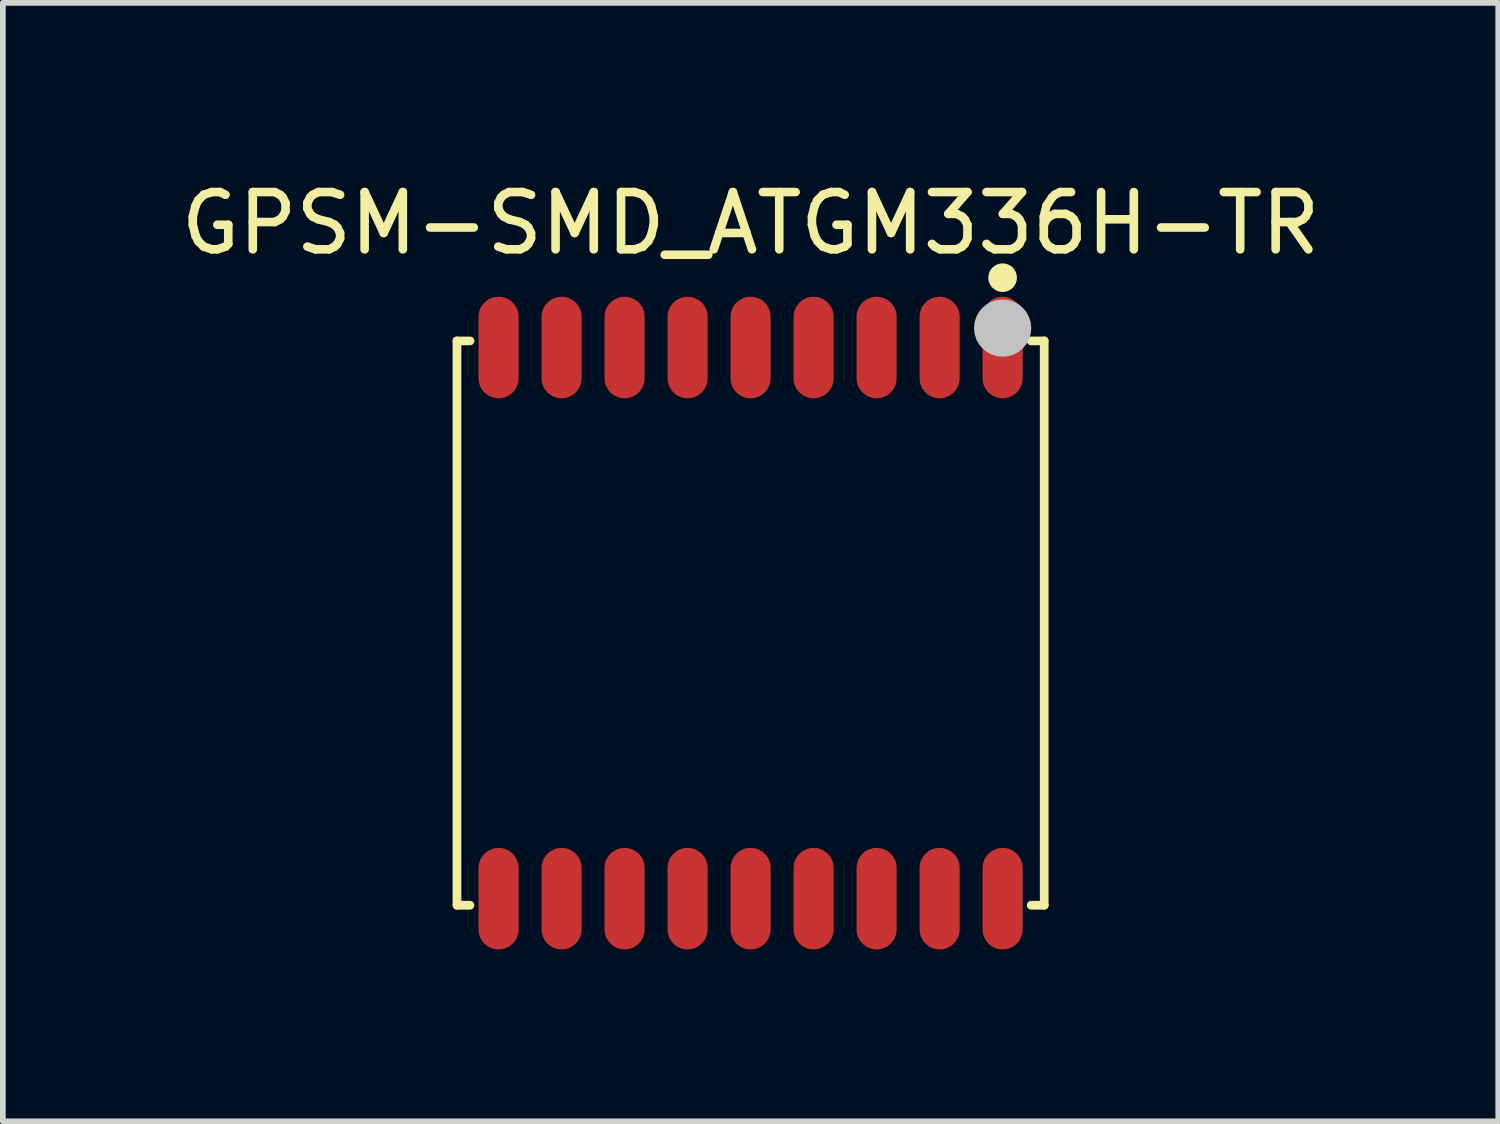
<source format=kicad_pcb>
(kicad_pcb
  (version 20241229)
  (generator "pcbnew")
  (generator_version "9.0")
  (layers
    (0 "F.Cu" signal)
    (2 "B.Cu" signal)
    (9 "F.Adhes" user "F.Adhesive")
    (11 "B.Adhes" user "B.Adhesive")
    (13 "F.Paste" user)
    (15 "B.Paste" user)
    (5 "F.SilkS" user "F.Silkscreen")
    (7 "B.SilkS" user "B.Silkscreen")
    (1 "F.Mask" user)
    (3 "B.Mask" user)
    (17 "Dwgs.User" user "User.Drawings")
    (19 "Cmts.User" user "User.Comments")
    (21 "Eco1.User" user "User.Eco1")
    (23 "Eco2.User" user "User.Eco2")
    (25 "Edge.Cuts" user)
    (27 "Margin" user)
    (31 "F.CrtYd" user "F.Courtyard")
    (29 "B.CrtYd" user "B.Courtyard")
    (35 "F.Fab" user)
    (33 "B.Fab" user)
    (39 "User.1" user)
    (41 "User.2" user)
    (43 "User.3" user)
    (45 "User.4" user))
  (footprint "GPSM-SMD_ATGM336H-TR"
    (layer "F.Cu")
    (at 10.054 7.828)
    (property "Reference" "GPSM-SMD_ATGM336H-TR" (at 0 -6.98 0) (unlocked yes) (layer "F.SilkS") (effects (font (size 1 1) (thickness 0.15))))
    (attr smd)
    (fp_line (start -5.126 -4.926) (end -5.126 4.926) (stroke (width 0.152) (type default)) (layer "F.SilkS"))
    (fp_line (start -5.126 4.926) (end -4.899 4.926) (stroke (width 0.152) (type default)) (layer "F.SilkS"))
    (fp_line (start -4.899 -4.926) (end -5.126 -4.926) (stroke (width 0.152) (type default)) (layer "F.SilkS"))
    (fp_line (start 4.899 -4.926) (end 5.126 -4.926) (stroke (width 0.152) (type default)) (layer "F.SilkS"))
    (fp_line (start 5.126 -4.926) (end 5.126 4.926) (stroke (width 0.152) (type default)) (layer "F.SilkS"))
    (fp_line (start 5.126 4.926) (end 4.899 4.926) (stroke (width 0.152) (type default)) (layer "F.SilkS"))
    (fp_circle (center 4.4 -6.03) (end 4.525 -6.03) (stroke (width 0.25) (type default)) (fill no) (layer "F.SilkS"))
    (fp_circle (center 4.4 -5.15) (end 4.65 -5.15) (stroke (width 0.5) (type default)) (fill no) (layer "Dwgs.User"))
    (fp_poly (pts (xy -4 -3.95) (xy -4.8 -3.95) (xy -4.8 -4.85) (xy -4 -4.85)) (stroke (width 0.1) (type default)) (fill no) (layer "User.1"))
    (fp_poly (pts (xy -4 4.85) (xy -4.8 4.85) (xy -4.8 3.95) (xy -4 3.95)) (stroke (width 0.1) (type default)) (fill no) (layer "User.1"))
    (fp_poly (pts (xy -2.9 -3.95) (xy -3.7 -3.95) (xy -3.7 -4.85) (xy -2.9 -4.85)) (stroke (width 0.1) (type default)) (fill no) (layer "User.1"))
    (fp_poly (pts (xy -2.9 4.85) (xy -3.7 4.85) (xy -3.7 3.95) (xy -2.9 3.95)) (stroke (width 0.1) (type default)) (fill no) (layer "User.1"))
    (fp_poly (pts (xy -1.8 -3.95) (xy -2.6 -3.95) (xy -2.6 -4.85) (xy -1.8 -4.85)) (stroke (width 0.1) (type default)) (fill no) (layer "User.1"))
    (fp_poly (pts (xy -1.8 4.85) (xy -2.6 4.85) (xy -2.6 3.95) (xy -1.8 3.95)) (stroke (width 0.1) (type default)) (fill no) (layer "User.1"))
    (fp_poly (pts (xy -0.7 -3.95) (xy -1.5 -3.95) (xy -1.5 -4.85) (xy -0.7 -4.85)) (stroke (width 0.1) (type default)) (fill no) (layer "User.1"))
    (fp_poly (pts (xy -0.7 4.85) (xy -1.5 4.85) (xy -1.5 3.95) (xy -0.7 3.95)) (stroke (width 0.1) (type default)) (fill no) (layer "User.1"))
    (fp_poly (pts (xy 0.4 -3.95) (xy -0.4 -3.95) (xy -0.4 -4.85) (xy 0.4 -4.85)) (stroke (width 0.1) (type default)) (fill no) (layer "User.1"))
    (fp_poly (pts (xy 0.4 4.85) (xy -0.4 4.85) (xy -0.4 3.95) (xy 0.4 3.95)) (stroke (width 0.1) (type default)) (fill no) (layer "User.1"))
    (fp_poly (pts (xy 1.5 -3.95) (xy 0.7 -3.95) (xy 0.7 -4.85) (xy 1.5 -4.85)) (stroke (width 0.1) (type default)) (fill no) (layer "User.1"))
    (fp_poly (pts (xy 1.5 4.85) (xy 0.7 4.85) (xy 0.7 3.95) (xy 1.5 3.95)) (stroke (width 0.1) (type default)) (fill no) (layer "User.1"))
    (fp_poly (pts (xy 2.6 -3.95) (xy 1.8 -3.95) (xy 1.8 -4.85) (xy 2.6 -4.85)) (stroke (width 0.1) (type default)) (fill no) (layer "User.1"))
    (fp_poly (pts (xy 2.6 4.85) (xy 1.8 4.85) (xy 1.8 3.95) (xy 2.6 3.95)) (stroke (width 0.1) (type default)) (fill no) (layer "User.1"))
    (fp_poly (pts (xy 3.7 -3.95) (xy 2.9 -3.95) (xy 2.9 -4.85) (xy 3.7 -4.85)) (stroke (width 0.1) (type default)) (fill no) (layer "User.1"))
    (fp_poly (pts (xy 3.7 4.85) (xy 2.9 4.85) (xy 2.9 3.95) (xy 3.7 3.95)) (stroke (width 0.1) (type default)) (fill no) (layer "User.1"))
    (fp_poly (pts (xy 4.8 -3.95) (xy 4 -3.95) (xy 4 -4.85) (xy 4.8 -4.85)) (stroke (width 0.1) (type default)) (fill no) (layer "User.1"))
    (fp_poly (pts (xy 4.8 4.85) (xy 4 4.85) (xy 4 3.95) (xy 4.8 3.95)) (stroke (width 0.1) (type default)) (fill no) (layer "User.1"))
    (fp_line (start -5.05 -4.85) (end 5.05 -4.85) (stroke (width 0.051) (type default)) (layer "User.2"))
    (fp_line (start -5.05 4.85) (end -5.05 -4.85) (stroke (width 0.051) (type default)) (layer "User.2"))
    (fp_line (start 5.05 -4.85) (end 5.05 4.85) (stroke (width 0.051) (type default)) (layer "User.2"))
    (fp_line (start 5.05 4.85) (end -5.05 4.85) (stroke (width 0.051) (type default)) (layer "User.2"))
    (fp_poly (pts (xy 5.11 -4.85) (xy 5.092 -4.892) (xy 5.05 -4.91) (xy 5.008 -4.892) (xy 4.99 -4.85) (xy 5.008 -4.808) (xy 5.05 -4.79) (xy 5.092 -4.808)) (stroke (width 0.1) (type default)) (fill no) (layer "User.3"))
    (pad "1" smd oval (at 4.4 -4.811 180) (size 0.7 1.773) (layers "F.Cu" "F.Mask" "F.Paste"))
    (pad "2" smd oval (at 3.3 -4.811 180) (size 0.7 1.773) (layers "F.Cu" "F.Mask" "F.Paste"))
    (pad "3" smd oval (at 2.2 -4.811 180) (size 0.7 1.773) (layers "F.Cu" "F.Mask" "F.Paste"))
    (pad "4" smd oval (at 1.1 -4.811 180) (size 0.7 1.773) (layers "F.Cu" "F.Mask" "F.Paste"))
    (pad "5" smd oval (at 0 -4.811 180) (size 0.7 1.773) (layers "F.Cu" "F.Mask" "F.Paste"))
    (pad "6" smd oval (at -1.1 -4.811 180) (size 0.7 1.773) (layers "F.Cu" "F.Mask" "F.Paste"))
    (pad "7" smd oval (at -2.2 -4.811 180) (size 0.7 1.773) (layers "F.Cu" "F.Mask" "F.Paste"))
    (pad "8" smd oval (at -3.3 -4.811 180) (size 0.7 1.773) (layers "F.Cu" "F.Mask" "F.Paste"))
    (pad "9" smd oval (at -4.4 -4.811 180) (size 0.7 1.773) (layers "F.Cu" "F.Mask" "F.Paste"))
    (pad "10" smd oval (at -4.4 4.811 180) (size 0.7 1.773) (layers "F.Cu" "F.Mask" "F.Paste"))
    (pad "11" smd oval (at -3.3 4.811 180) (size 0.7 1.773) (layers "F.Cu" "F.Mask" "F.Paste"))
    (pad "12" smd oval (at -2.2 4.811 180) (size 0.7 1.773) (layers "F.Cu" "F.Mask" "F.Paste"))
    (pad "13" smd oval (at -1.1 4.811 180) (size 0.7 1.773) (layers "F.Cu" "F.Mask" "F.Paste"))
    (pad "14" smd oval (at 0 4.811 180) (size 0.7 1.773) (layers "F.Cu" "F.Mask" "F.Paste"))
    (pad "15" smd oval (at 1.1 4.811 180) (size 0.7 1.773) (layers "F.Cu" "F.Mask" "F.Paste"))
    (pad "16" smd oval (at 2.2 4.811 180) (size 0.7 1.773) (layers "F.Cu" "F.Mask" "F.Paste"))
    (pad "17" smd oval (at 3.3 4.811 180) (size 0.7 1.773) (layers "F.Cu" "F.Mask" "F.Paste"))
    (pad "18" smd oval (at 4.4 4.811 180) (size 0.7 1.773) (layers "F.Cu" "F.Mask" "F.Paste")))
  (gr_rect
    (start -3 -3)
    (end 23.107 16.526)
    (stroke (width 0.1) (type default))
    (fill no)
    (layer "Edge.Cuts")))
</source>
